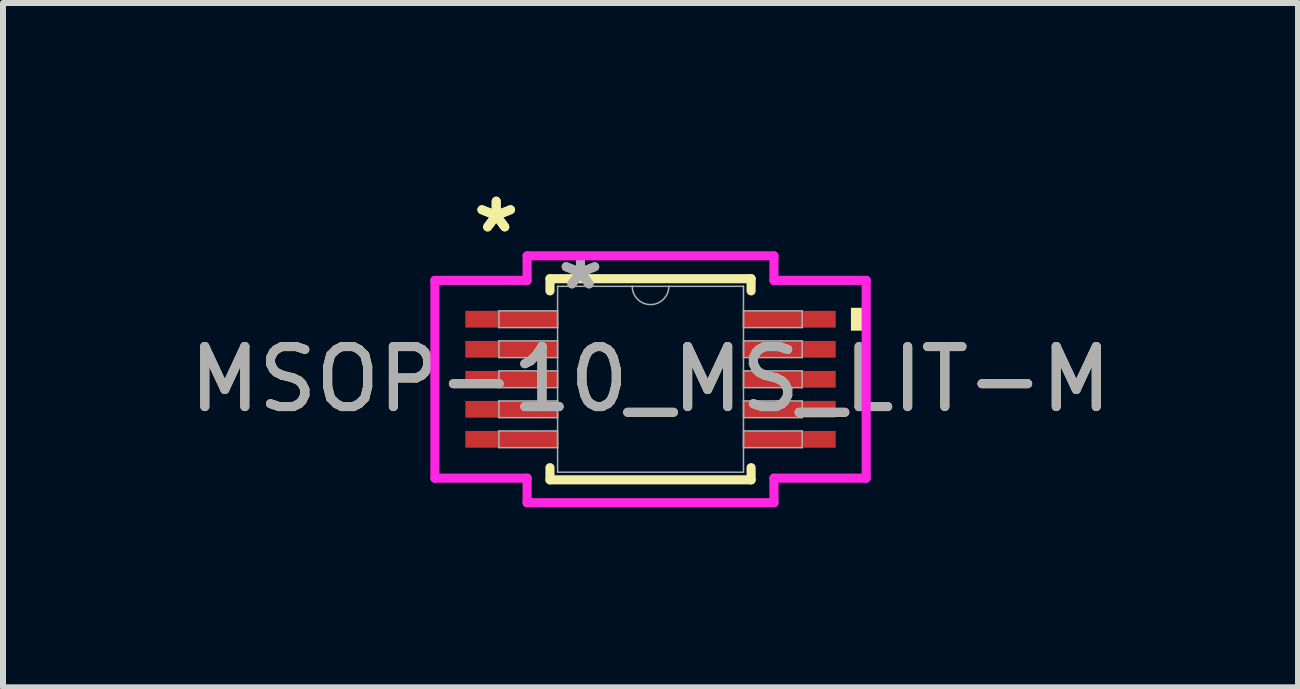
<source format=kicad_pcb>
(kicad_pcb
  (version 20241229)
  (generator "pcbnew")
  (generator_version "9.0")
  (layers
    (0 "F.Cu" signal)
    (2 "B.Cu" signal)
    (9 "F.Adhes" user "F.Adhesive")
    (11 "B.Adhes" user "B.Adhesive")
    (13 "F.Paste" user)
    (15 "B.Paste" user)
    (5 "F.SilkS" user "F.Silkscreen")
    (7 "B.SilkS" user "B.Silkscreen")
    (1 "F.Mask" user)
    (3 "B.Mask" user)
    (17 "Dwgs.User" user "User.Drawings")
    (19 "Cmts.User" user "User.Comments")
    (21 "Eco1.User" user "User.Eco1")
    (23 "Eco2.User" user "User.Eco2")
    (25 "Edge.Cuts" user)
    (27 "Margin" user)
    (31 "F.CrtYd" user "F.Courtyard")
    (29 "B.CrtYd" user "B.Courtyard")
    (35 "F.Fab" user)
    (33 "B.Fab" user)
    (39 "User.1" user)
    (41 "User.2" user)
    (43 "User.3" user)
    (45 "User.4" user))
  (footprint "MSOP-10_MS_LIT-M"
    (layer "F.Cu")
    (at 7.792 3.271)
    (property "Reference" "MSOP-10_MS_LIT-M" (at 0 0 0) (unlocked yes) (layer "F.SilkS") (effects (font (size 1 1) (thickness 0.15))))
    (attr smd)
    (fp_line (start -1.676 -1.676) (end -1.676 -1.473) (stroke (width 0.152) (type solid)) (layer "F.SilkS"))
    (fp_line (start -1.676 1.473) (end -1.676 1.676) (stroke (width 0.152) (type solid)) (layer "F.SilkS"))
    (fp_line (start -1.676 1.676) (end 1.676 1.676) (stroke (width 0.152) (type solid)) (layer "F.SilkS"))
    (fp_line (start 1.676 -1.676) (end -1.676 -1.676) (stroke (width 0.152) (type solid)) (layer "F.SilkS"))
    (fp_line (start 1.676 -1.473) (end 1.676 -1.676) (stroke (width 0.152) (type solid)) (layer "F.SilkS"))
    (fp_line (start 1.676 1.676) (end 1.676 1.473) (stroke (width 0.152) (type solid)) (layer "F.SilkS"))
    (fp_poly (pts (xy 3.594 -1.191) (xy 3.594 -0.81) (xy 3.34 -0.81) (xy 3.34 -1.191)) (stroke (width 0) (type solid)) (fill yes) (layer "F.SilkS"))
    (fp_line (start -3.594 -1.648) (end -2.057 -1.648) (stroke (width 0.152) (type solid)) (layer "F.CrtYd"))
    (fp_line (start -3.594 1.648) (end -3.594 -1.648) (stroke (width 0.152) (type solid)) (layer "F.CrtYd"))
    (fp_line (start -3.594 1.648) (end -2.057 1.648) (stroke (width 0.152) (type solid)) (layer "F.CrtYd"))
    (fp_line (start -2.057 -2.057) (end 2.057 -2.057) (stroke (width 0.152) (type solid)) (layer "F.CrtYd"))
    (fp_line (start -2.057 -1.648) (end -2.057 -2.057) (stroke (width 0.152) (type solid)) (layer "F.CrtYd"))
    (fp_line (start -2.057 2.057) (end -2.057 1.648) (stroke (width 0.152) (type solid)) (layer "F.CrtYd"))
    (fp_line (start 2.057 -2.057) (end 2.057 -1.648) (stroke (width 0.152) (type solid)) (layer "F.CrtYd"))
    (fp_line (start 2.057 1.648) (end 2.057 2.057) (stroke (width 0.152) (type solid)) (layer "F.CrtYd"))
    (fp_line (start 2.057 2.057) (end -2.057 2.057) (stroke (width 0.152) (type solid)) (layer "F.CrtYd"))
    (fp_line (start 3.594 -1.648) (end 2.057 -1.648) (stroke (width 0.152) (type solid)) (layer "F.CrtYd"))
    (fp_line (start 3.594 -1.648) (end 3.594 1.648) (stroke (width 0.152) (type solid)) (layer "F.CrtYd"))
    (fp_line (start 3.594 1.648) (end 2.057 1.648) (stroke (width 0.152) (type solid)) (layer "F.CrtYd"))
    (fp_line (start -2.527 -1.14) (end -2.527 -0.861) (stroke (width 0.025) (type solid)) (layer "F.Fab"))
    (fp_line (start -2.527 -0.861) (end -1.549 -0.861) (stroke (width 0.025) (type solid)) (layer "F.Fab"))
    (fp_line (start -2.527 -0.64) (end -2.527 -0.361) (stroke (width 0.025) (type solid)) (layer "F.Fab"))
    (fp_line (start -2.527 -0.361) (end -1.549 -0.361) (stroke (width 0.025) (type solid)) (layer "F.Fab"))
    (fp_line (start -2.527 -0.14) (end -2.527 0.14) (stroke (width 0.025) (type solid)) (layer "F.Fab"))
    (fp_line (start -2.527 0.14) (end -1.549 0.14) (stroke (width 0.025) (type solid)) (layer "F.Fab"))
    (fp_line (start -2.527 0.361) (end -2.527 0.64) (stroke (width 0.025) (type solid)) (layer "F.Fab"))
    (fp_line (start -2.527 0.64) (end -1.549 0.64) (stroke (width 0.025) (type solid)) (layer "F.Fab"))
    (fp_line (start -2.527 0.861) (end -2.527 1.14) (stroke (width 0.025) (type solid)) (layer "F.Fab"))
    (fp_line (start -2.527 1.14) (end -1.549 1.14) (stroke (width 0.025) (type solid)) (layer "F.Fab"))
    (fp_line (start -1.549 -1.549) (end -1.549 1.549) (stroke (width 0.025) (type solid)) (layer "F.Fab"))
    (fp_line (start -1.549 -1.14) (end -2.527 -1.14) (stroke (width 0.025) (type solid)) (layer "F.Fab"))
    (fp_line (start -1.549 -0.861) (end -1.549 -1.14) (stroke (width 0.025) (type solid)) (layer "F.Fab"))
    (fp_line (start -1.549 -0.64) (end -2.527 -0.64) (stroke (width 0.025) (type solid)) (layer "F.Fab"))
    (fp_line (start -1.549 -0.361) (end -1.549 -0.64) (stroke (width 0.025) (type solid)) (layer "F.Fab"))
    (fp_line (start -1.549 -0.14) (end -2.527 -0.14) (stroke (width 0.025) (type solid)) (layer "F.Fab"))
    (fp_line (start -1.549 0.14) (end -1.549 -0.14) (stroke (width 0.025) (type solid)) (layer "F.Fab"))
    (fp_line (start -1.549 0.361) (end -2.527 0.361) (stroke (width 0.025) (type solid)) (layer "F.Fab"))
    (fp_line (start -1.549 0.64) (end -1.549 0.361) (stroke (width 0.025) (type solid)) (layer "F.Fab"))
    (fp_line (start -1.549 0.861) (end -2.527 0.861) (stroke (width 0.025) (type solid)) (layer "F.Fab"))
    (fp_line (start -1.549 1.14) (end -1.549 0.861) (stroke (width 0.025) (type solid)) (layer "F.Fab"))
    (fp_line (start -1.549 1.549) (end 1.549 1.549) (stroke (width 0.025) (type solid)) (layer "F.Fab"))
    (fp_line (start 1.549 -1.549) (end -1.549 -1.549) (stroke (width 0.025) (type solid)) (layer "F.Fab"))
    (fp_line (start 1.549 -1.14) (end 1.549 -0.861) (stroke (width 0.025) (type solid)) (layer "F.Fab"))
    (fp_line (start 1.549 -0.861) (end 2.527 -0.861) (stroke (width 0.025) (type solid)) (layer "F.Fab"))
    (fp_line (start 1.549 -0.64) (end 1.549 -0.361) (stroke (width 0.025) (type solid)) (layer "F.Fab"))
    (fp_line (start 1.549 -0.361) (end 2.527 -0.361) (stroke (width 0.025) (type solid)) (layer "F.Fab"))
    (fp_line (start 1.549 -0.14) (end 1.549 0.14) (stroke (width 0.025) (type solid)) (layer "F.Fab"))
    (fp_line (start 1.549 0.14) (end 2.527 0.14) (stroke (width 0.025) (type solid)) (layer "F.Fab"))
    (fp_line (start 1.549 0.361) (end 1.549 0.64) (stroke (width 0.025) (type solid)) (layer "F.Fab"))
    (fp_line (start 1.549 0.64) (end 2.527 0.64) (stroke (width 0.025) (type solid)) (layer "F.Fab"))
    (fp_line (start 1.549 0.861) (end 1.549 1.14) (stroke (width 0.025) (type solid)) (layer "F.Fab"))
    (fp_line (start 1.549 1.14) (end 2.527 1.14) (stroke (width 0.025) (type solid)) (layer "F.Fab"))
    (fp_line (start 1.549 1.549) (end 1.549 -1.549) (stroke (width 0.025) (type solid)) (layer "F.Fab"))
    (fp_line (start 2.527 -1.14) (end 1.549 -1.14) (stroke (width 0.025) (type solid)) (layer "F.Fab"))
    (fp_line (start 2.527 -0.861) (end 2.527 -1.14) (stroke (width 0.025) (type solid)) (layer "F.Fab"))
    (fp_line (start 2.527 -0.64) (end 1.549 -0.64) (stroke (width 0.025) (type solid)) (layer "F.Fab"))
    (fp_line (start 2.527 -0.361) (end 2.527 -0.64) (stroke (width 0.025) (type solid)) (layer "F.Fab"))
    (fp_line (start 2.527 -0.14) (end 1.549 -0.14) (stroke (width 0.025) (type solid)) (layer "F.Fab"))
    (fp_line (start 2.527 0.14) (end 2.527 -0.14) (stroke (width 0.025) (type solid)) (layer "F.Fab"))
    (fp_line (start 2.527 0.361) (end 1.549 0.361) (stroke (width 0.025) (type solid)) (layer "F.Fab"))
    (fp_line (start 2.527 0.64) (end 2.527 0.361) (stroke (width 0.025) (type solid)) (layer "F.Fab"))
    (fp_line (start 2.527 0.861) (end 1.549 0.861) (stroke (width 0.025) (type solid)) (layer "F.Fab"))
    (fp_line (start 2.527 1.14) (end 2.527 0.861) (stroke (width 0.025) (type solid)) (layer "F.Fab"))
    (fp_arc (start 0.3048 -1.5494) (mid 0 -1.2446) (end -0.3048 -1.5494) (stroke (width 0.0254) (type solid)) (layer "F.Fab"))
    (fp_text user "*" (at -2.572 -2.423 0) (unlocked yes) (layer "F.SilkS") (effects (font (size 1 1) (thickness 0.15))))
    (fp_text user "*" (at -2.572 -2.423 0) (layer "F.SilkS") (effects (font (size 1 1) (thickness 0.15))))
    (fp_text user "*" (at -1.168 -1.473 0) (unlocked yes) (layer "F.Fab") (effects (font (size 1 1) (thickness 0.15))))
    (fp_text user "${REFERENCE}" (at 0 0 0) (unlocked yes) (layer "F.Fab") (effects (font (size 1 1) (thickness 0.15))))
    (fp_text user "*" (at -1.168 -1.473 0) (layer "F.Fab") (effects (font (size 1 1) (thickness 0.15))))
    (pad "1" smd rect (at -2.318 -1.001) (size 1.537 0.279) (layers "F.Cu" "F.Mask" "F.Paste"))
    (pad "2" smd rect (at -2.318 -0.5) (size 1.537 0.279) (layers "F.Cu" "F.Mask" "F.Paste"))
    (pad "3" smd rect (at -2.318 0) (size 1.537 0.279) (layers "F.Cu" "F.Mask" "F.Paste"))
    (pad "4" smd rect (at -2.318 0.5) (size 1.537 0.279) (layers "F.Cu" "F.Mask" "F.Paste"))
    (pad "5" smd rect (at -2.318 1.001) (size 1.537 0.279) (layers "F.Cu" "F.Mask" "F.Paste"))
    (pad "6" smd rect (at 2.318 1.001) (size 1.537 0.279) (layers "F.Cu" "F.Mask" "F.Paste"))
    (pad "7" smd rect (at 2.318 0.5) (size 1.537 0.279) (layers "F.Cu" "F.Mask" "F.Paste"))
    (pad "8" smd rect (at 2.318 0) (size 1.537 0.279) (layers "F.Cu" "F.Mask" "F.Paste"))
    (pad "9" smd rect (at 2.318 -0.5) (size 1.537 0.279) (layers "F.Cu" "F.Mask" "F.Paste"))
    (pad "10" smd rect (at 2.318 -1.001) (size 1.537 0.279) (layers "F.Cu" "F.Mask" "F.Paste")))
  (gr_rect
    (start -3 -3)
    (end 18.583 8.405)
    (stroke (width 0.1) (type default))
    (fill no)
    (layer "Edge.Cuts")))
</source>
